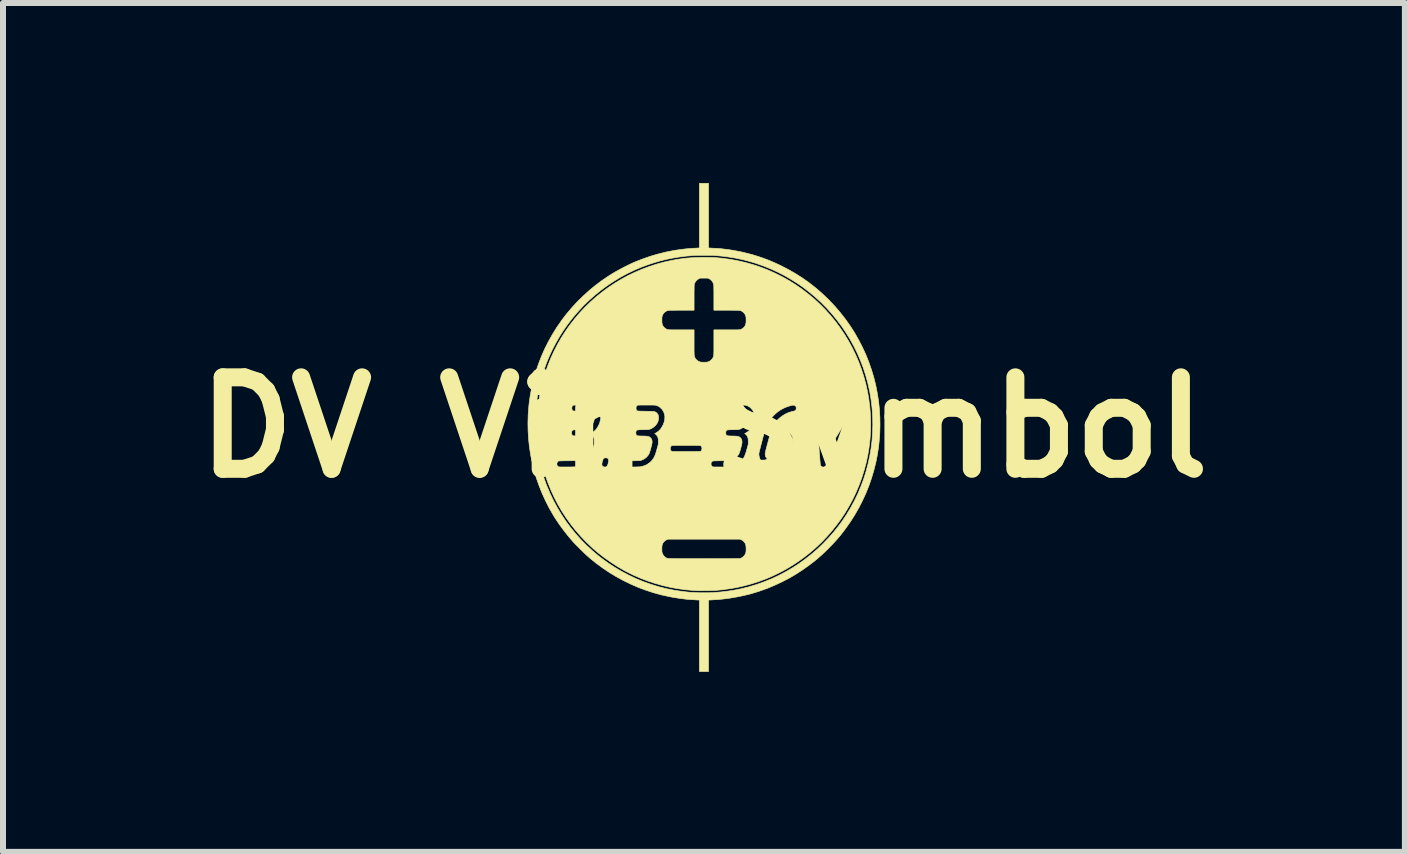
<source format=kicad_pcb>
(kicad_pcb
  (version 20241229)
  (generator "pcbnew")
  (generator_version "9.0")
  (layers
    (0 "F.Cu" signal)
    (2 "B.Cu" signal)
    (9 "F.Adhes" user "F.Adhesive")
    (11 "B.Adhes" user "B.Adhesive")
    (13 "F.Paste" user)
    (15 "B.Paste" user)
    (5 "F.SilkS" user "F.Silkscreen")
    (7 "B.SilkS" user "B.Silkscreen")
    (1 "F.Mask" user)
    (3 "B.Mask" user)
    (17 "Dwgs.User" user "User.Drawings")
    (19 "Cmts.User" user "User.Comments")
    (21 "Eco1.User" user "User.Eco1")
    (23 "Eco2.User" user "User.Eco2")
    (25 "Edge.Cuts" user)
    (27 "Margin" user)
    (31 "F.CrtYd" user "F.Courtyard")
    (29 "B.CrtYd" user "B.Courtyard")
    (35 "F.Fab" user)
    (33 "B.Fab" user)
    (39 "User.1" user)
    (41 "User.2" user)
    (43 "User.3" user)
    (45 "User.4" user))
  (footprint "DV Vin Symbol"
    (layer "F.Cu")
    (at 8.68 4.072)
    (property "Reference" "DV Vin Symbol" (at 0 0 0) (layer "F.SilkS") (effects (font (size 1.524 1.524) (thickness 0.3))))
    (attr through_hole)
    (fp_poly (pts (xy 1.199 0.144) (xy 1.227 0.144) (xy 1.25 0.144) (xy 1.269 0.144) (xy 1.283 0.145) (xy 1.294 0.146) (xy 1.302 0.146) (xy 1.309 0.148) (xy 1.315 0.149) (xy 1.32 0.151) (xy 1.322 0.152) (xy 1.345 0.163) (xy 1.362 0.178) (xy 1.375 0.197) (xy 1.382 0.219) (xy 1.384 0.245) (xy 1.382 0.266) (xy 1.379 0.277) (xy 1.376 0.293) (xy 1.371 0.312) (xy 1.365 0.333) (xy 1.359 0.355) (xy 1.353 0.377) (xy 1.347 0.398) (xy 1.342 0.416) (xy 1.337 0.43) (xy 1.334 0.439) (xy 1.324 0.458) (xy 1.312 0.477) (xy 1.299 0.494) (xy 1.286 0.508) (xy 1.281 0.512) (xy 1.26 0.526) (xy 1.235 0.539) (xy 1.21 0.548) (xy 1.198 0.551) (xy 1.184 0.553) (xy 1.166 0.555) (xy 1.148 0.555) (xy 1.13 0.555) (xy 1.116 0.554) (xy 1.11 0.553) (xy 1.087 0.544) (xy 1.065 0.531) (xy 1.046 0.514) (xy 1.032 0.494) (xy 1.03 0.49) (xy 1.023 0.472) (xy 1.02 0.452) (xy 1.02 0.45) (xy 1.02 0.444) (xy 1.02 0.438) (xy 1.02 0.432) (xy 1.021 0.424) (xy 1.023 0.414) (xy 1.026 0.402) (xy 1.029 0.387) (xy 1.034 0.368) (xy 1.04 0.345) (xy 1.047 0.317) (xy 1.056 0.285) (xy 1.094 0.143) (xy 1.199 0.144)) (stroke (width 0.01) (type solid)) (fill yes) (layer "F.SilkS"))
    (fp_poly (pts (xy 0.076 -2.991) (xy 0.093 -2.99) (xy 0.102 -2.989) (xy 0.116 -2.988) (xy 0.133 -2.987) (xy 0.151 -2.986) (xy 0.157 -2.986) (xy 0.231 -2.982) (xy 0.309 -2.975) (xy 0.389 -2.965) (xy 0.471 -2.953) (xy 0.553 -2.938) (xy 0.634 -2.922) (xy 0.7 -2.906) (xy 0.801 -2.88) (xy 0.899 -2.85) (xy 0.993 -2.818) (xy 1.086 -2.783) (xy 1.179 -2.743) (xy 1.274 -2.699) (xy 1.3 -2.686) (xy 1.419 -2.624) (xy 1.533 -2.558) (xy 1.643 -2.488) (xy 1.749 -2.413) (xy 1.851 -2.333) (xy 1.951 -2.248) (xy 2.048 -2.157) (xy 2.094 -2.111) (xy 2.188 -2.011) (xy 2.276 -1.907) (xy 2.36 -1.8) (xy 2.438 -1.689) (xy 2.511 -1.575) (xy 2.578 -1.457) (xy 2.64 -1.336) (xy 2.697 -1.213) (xy 2.745 -1.092) (xy 2.79 -0.964) (xy 2.829 -0.835) (xy 2.862 -0.704) (xy 2.888 -0.571) (xy 2.909 -0.438) (xy 2.923 -0.303) (xy 2.931 -0.168) (xy 2.933 -0.032) (xy 2.929 0.105) (xy 2.918 0.241) (xy 2.91 0.318) (xy 2.89 0.451) (xy 2.864 0.583) (xy 2.831 0.713) (xy 2.793 0.842) (xy 2.749 0.969) (xy 2.699 1.094) (xy 2.643 1.216) (xy 2.582 1.336) (xy 2.515 1.453) (xy 2.443 1.567) (xy 2.365 1.678) (xy 2.348 1.701) (xy 2.314 1.746) (xy 2.282 1.787) (xy 2.251 1.825) (xy 2.219 1.862) (xy 2.186 1.899) (xy 2.151 1.937) (xy 2.113 1.976) (xy 2.077 2.013) (xy 2.035 2.055) (xy 1.996 2.092) (xy 1.959 2.127) (xy 1.922 2.159) (xy 1.886 2.191) (xy 1.848 2.222) (xy 1.808 2.253) (xy 1.764 2.286) (xy 1.761 2.289) (xy 1.649 2.369) (xy 1.536 2.443) (xy 1.42 2.511) (xy 1.3 2.573) (xy 1.178 2.63) (xy 1.053 2.682) (xy 0.924 2.728) (xy 0.845 2.753) (xy 0.747 2.781) (xy 0.645 2.805) (xy 0.541 2.826) (xy 0.435 2.844) (xy 0.331 2.858) (xy 0.229 2.868) (xy 0.189 2.87) (xy 0.168 2.871) (xy 0.147 2.873) (xy 0.128 2.874) (xy 0.112 2.875) (xy 0.102 2.875) (xy 0.076 2.877) (xy 0.076 4.067) (xy -0.076 4.067) (xy -0.076 2.877) (xy -0.102 2.875) (xy -0.114 2.875) (xy -0.131 2.874) (xy -0.151 2.872) (xy -0.172 2.871) (xy -0.189 2.87) (xy -0.298 2.862) (xy -0.409 2.848) (xy -0.522 2.83) (xy -0.578 2.819) (xy -0.711 2.79) (xy -0.841 2.754) (xy -0.97 2.712) (xy -1.096 2.665) (xy -1.22 2.611) (xy -1.342 2.552) (xy -1.461 2.487) (xy -1.577 2.417) (xy -1.69 2.341) (xy -1.8 2.26) (xy -1.907 2.173) (xy -1.951 2.134) (xy -1.966 2.12) (xy -1.985 2.103) (xy -2.006 2.082) (xy -2.03 2.059) (xy -2.054 2.035) (xy -2.079 2.01) (xy -2.104 1.985) (xy -2.128 1.961) (xy -2.149 1.939) (xy -2.169 1.919) (xy -2.184 1.902) (xy -2.193 1.892) (xy -2.274 1.796) (xy -2.35 1.698) (xy -2.422 1.599) (xy -2.488 1.499) (xy -2.512 1.459) (xy -2.58 1.341) (xy -2.641 1.221) (xy -2.697 1.098) (xy -2.747 0.973) (xy -2.792 0.846) (xy -2.83 0.717) (xy -2.862 0.587) (xy -2.889 0.455) (xy -2.909 0.322) (xy -2.923 0.188) (xy -2.931 0.053) (xy -2.933 -0.064) (xy -2.813 -0.064) (xy -2.81 0.067) (xy -2.802 0.198) (xy -2.787 0.328) (xy -2.766 0.457) (xy -2.739 0.585) (xy -2.707 0.712) (xy -2.668 0.838) (xy -2.623 0.962) (xy -2.616 0.979) (xy -2.564 1.101) (xy -2.507 1.22) (xy -2.444 1.337) (xy -2.376 1.45) (xy -2.303 1.56) (xy -2.224 1.666) (xy -2.141 1.768) (xy -2.053 1.867) (xy -1.961 1.961) (xy -1.864 2.05) (xy -1.763 2.136) (xy -1.705 2.181) (xy -1.596 2.26) (xy -1.483 2.334) (xy -1.369 2.401) (xy -1.251 2.463) (xy -1.131 2.52) (xy -1.009 2.57) (xy -0.885 2.614) (xy -0.758 2.653) (xy -0.63 2.686) (xy -0.5 2.712) (xy -0.368 2.732) (xy -0.234 2.747) (xy -0.152 2.752) (xy -0.128 2.753) (xy -0.098 2.754) (xy -0.065 2.755) (xy -0.029 2.755) (xy 0.007 2.755) (xy 0.043 2.755) (xy 0.077 2.755) (xy 0.108 2.754) (xy 0.134 2.753) (xy 0.143 2.753) (xy 0.267 2.743) (xy 0.389 2.729) (xy 0.495 2.713) (xy 0.625 2.687) (xy 0.752 2.655) (xy 0.878 2.617) (xy 1.001 2.573) (xy 1.122 2.524) (xy 1.241 2.469) (xy 1.357 2.408) (xy 1.469 2.343) (xy 1.579 2.272) (xy 1.685 2.196) (xy 1.788 2.115) (xy 1.888 2.029) (xy 1.983 1.938) (xy 2.074 1.843) (xy 2.162 1.744) (xy 2.244 1.64) (xy 2.306 1.556) (xy 2.379 1.446) (xy 2.447 1.333) (xy 2.509 1.217) (xy 2.566 1.099) (xy 2.616 0.979) (xy 2.662 0.856) (xy 2.701 0.732) (xy 2.734 0.606) (xy 2.762 0.479) (xy 2.784 0.35) (xy 2.8 0.22) (xy 2.809 0.09) (xy 2.813 -0.042) (xy 2.811 -0.173) (xy 2.802 -0.305) (xy 2.788 -0.437) (xy 2.767 -0.568) (xy 2.757 -0.619) (xy 2.728 -0.748) (xy 2.693 -0.874) (xy 2.652 -0.999) (xy 2.605 -1.121) (xy 2.553 -1.241) (xy 2.495 -1.358) (xy 2.432 -1.473) (xy 2.363 -1.584) (xy 2.29 -1.692) (xy 2.211 -1.796) (xy 2.128 -1.897) (xy 2.04 -1.994) (xy 1.947 -2.088) (xy 1.849 -2.177) (xy 1.748 -2.261) (xy 1.642 -2.342) (xy 1.57 -2.392) (xy 1.458 -2.463) (xy 1.343 -2.53) (xy 1.225 -2.59) (xy 1.104 -2.645) (xy 0.981 -2.694) (xy 0.855 -2.738) (xy 0.791 -2.757) (xy 0.697 -2.783) (xy 0.604 -2.805) (xy 0.511 -2.824) (xy 0.416 -2.839) (xy 0.318 -2.852) (xy 0.215 -2.862) (xy 0.187 -2.864) (xy 0.168 -2.866) (xy 0.143 -2.867) (xy 0.114 -2.867) (xy 0.082 -2.868) (xy 0.047 -2.868) (xy 0.011 -2.868) (xy -0.025 -2.868) (xy -0.061 -2.868) (xy -0.094 -2.868) (xy -0.126 -2.867) (xy -0.153 -2.866) (xy -0.176 -2.865) (xy -0.187 -2.864) (xy -0.302 -2.854) (xy -0.413 -2.84) (xy -0.52 -2.822) (xy -0.624 -2.801) (xy -0.728 -2.775) (xy -0.831 -2.745) (xy -0.911 -2.719) (xy -1.035 -2.674) (xy -1.155 -2.623) (xy -1.273 -2.567) (xy -1.388 -2.505) (xy -1.5 -2.437) (xy -1.609 -2.365) (xy -1.714 -2.288) (xy -1.815 -2.206) (xy -1.913 -2.12) (xy -2.007 -2.029) (xy -2.096 -1.933) (xy -2.181 -1.834) (xy -2.261 -1.731) (xy -2.337 -1.624) (xy -2.408 -1.513) (xy -2.473 -1.399) (xy -2.524 -1.3) (xy -2.541 -1.266) (xy -2.555 -1.235) (xy -2.568 -1.207) (xy -2.58 -1.18) (xy -2.592 -1.153) (xy -2.604 -1.123) (xy -2.618 -1.089) (xy -2.619 -1.087) (xy -2.664 -0.964) (xy -2.703 -0.839) (xy -2.737 -0.712) (xy -2.764 -0.584) (xy -2.785 -0.455) (xy -2.801 -0.325) (xy -2.81 -0.194) (xy -2.813 -0.064) (xy -2.933 -0.064) (xy -2.933 -0.082) (xy -2.929 -0.218) (xy -2.918 -0.355) (xy -2.913 -0.406) (xy -2.894 -0.54) (xy -2.869 -0.672) (xy -2.838 -0.803) (xy -2.8 -0.932) (xy -2.757 -1.059) (xy -2.708 -1.185) (xy -2.654 -1.308) (xy -2.593 -1.429) (xy -2.527 -1.547) (xy -2.456 -1.662) (xy -2.379 -1.773) (xy -2.372 -1.784) (xy -2.29 -1.891) (xy -2.203 -1.994) (xy -2.112 -2.093) (xy -2.015 -2.188) (xy -1.915 -2.279) (xy -1.811 -2.365) (xy -1.703 -2.446) (xy -1.591 -2.522) (xy -1.57 -2.535) (xy -1.519 -2.567) (xy -1.464 -2.599) (xy -1.406 -2.631) (xy -1.346 -2.663) (xy -1.287 -2.693) (xy -1.229 -2.721) (xy -1.174 -2.746) (xy -1.149 -2.757) (xy -1.022 -2.807) (xy -0.893 -2.852) (xy -0.763 -2.89) (xy -0.63 -2.923) (xy -0.496 -2.949) (xy -0.387 -2.965) (xy -0.355 -2.969) (xy -0.32 -2.973) (xy -0.283 -2.977) (xy -0.246 -2.98) (xy -0.211 -2.983) (xy -0.179 -2.985) (xy -0.157 -2.986) (xy -0.139 -2.987) (xy -0.121 -2.988) (xy -0.106 -2.989) (xy -0.095 -2.989) (xy -0.093 -2.99) (xy -0.076 -2.991) (xy -0.076 -4.067) (xy 0.076 -4.067) (xy 0.076 -2.991)) (stroke (width 0.01) (type solid)) (fill yes) (layer "F.SilkS"))
    (fp_poly (pts (xy 0.045 -2.833) (xy 0.085 -2.833) (xy 0.121 -2.832) (xy 0.155 -2.831) (xy 0.188 -2.829) (xy 0.221 -2.827) (xy 0.255 -2.823) (xy 0.292 -2.82) (xy 0.31 -2.818) (xy 0.441 -2.8) (xy 0.57 -2.776) (xy 0.698 -2.746) (xy 0.823 -2.711) (xy 0.947 -2.669) (xy 1.068 -2.622) (xy 1.186 -2.569) (xy 1.302 -2.511) (xy 1.415 -2.448) (xy 1.525 -2.379) (xy 1.632 -2.305) (xy 1.735 -2.226) (xy 1.835 -2.143) (xy 1.931 -2.054) (xy 2.023 -1.961) (xy 2.111 -1.863) (xy 2.194 -1.761) (xy 2.264 -1.666) (xy 2.338 -1.557) (xy 2.407 -1.444) (xy 2.47 -1.329) (xy 2.527 -1.211) (xy 2.579 -1.091) (xy 2.624 -0.969) (xy 2.664 -0.845) (xy 2.698 -0.719) (xy 2.726 -0.592) (xy 2.748 -0.463) (xy 2.764 -0.333) (xy 2.774 -0.202) (xy 2.778 -0.07) (xy 2.776 0.062) (xy 2.767 0.194) (xy 2.752 0.325) (xy 2.731 0.455) (xy 2.704 0.583) (xy 2.67 0.71) (xy 2.631 0.836) (xy 2.586 0.959) (xy 2.535 1.08) (xy 2.479 1.198) (xy 2.416 1.314) (xy 2.349 1.427) (xy 2.276 1.536) (xy 2.221 1.611) (xy 2.138 1.716) (xy 2.051 1.816) (xy 1.96 1.912) (xy 1.864 2.003) (xy 1.764 2.089) (xy 1.667 2.165) (xy 1.578 2.229) (xy 1.489 2.288) (xy 1.398 2.344) (xy 1.304 2.396) (xy 1.256 2.421) (xy 1.219 2.439) (xy 1.187 2.455) (xy 1.156 2.469) (xy 1.127 2.483) (xy 1.097 2.496) (xy 1.064 2.51) (xy 1.032 2.523) (xy 0.916 2.566) (xy 0.798 2.604) (xy 0.679 2.637) (xy 0.558 2.665) (xy 0.435 2.687) (xy 0.308 2.704) (xy 0.197 2.715) (xy 0.185 2.715) (xy 0.168 2.716) (xy 0.146 2.717) (xy 0.121 2.717) (xy 0.094 2.718) (xy 0.065 2.719) (xy 0.035 2.719) (xy 0.005 2.719) (xy -0.024 2.72) (xy -0.051 2.72) (xy -0.075 2.72) (xy -0.095 2.72) (xy -0.111 2.719) (xy -0.121 2.719) (xy -0.13 2.718) (xy -0.144 2.718) (xy -0.161 2.716) (xy -0.18 2.715) (xy -0.191 2.715) (xy -0.316 2.703) (xy -0.442 2.686) (xy -0.568 2.663) (xy -0.693 2.633) (xy -0.817 2.598) (xy -0.939 2.558) (xy -1.058 2.512) (xy -1.175 2.461) (xy -1.288 2.405) (xy -1.326 2.385) (xy -1.443 2.317) (xy -1.555 2.244) (xy -1.664 2.167) (xy -1.768 2.086) (xy -1.839 2.025) (xy -0.702 2.025) (xy -0.701 2.045) (xy -0.701 2.061) (xy -0.7 2.073) (xy -0.698 2.083) (xy -0.695 2.093) (xy -0.695 2.093) (xy -0.685 2.116) (xy -0.671 2.138) (xy -0.652 2.157) (xy -0.632 2.172) (xy -0.628 2.174) (xy -0.625 2.175) (xy -0.622 2.177) (xy -0.619 2.178) (xy -0.615 2.179) (xy -0.611 2.18) (xy -0.606 2.181) (xy -0.6 2.182) (xy -0.592 2.183) (xy -0.583 2.184) (xy -0.571 2.184) (xy -0.558 2.185) (xy -0.541 2.185) (xy -0.522 2.186) (xy -0.5 2.186) (xy -0.474 2.186) (xy -0.444 2.187) (xy -0.411 2.187) (xy -0.373 2.187) (xy -0.331 2.187) (xy -0.284 2.187) (xy -0.232 2.187) (xy -0.174 2.187) (xy -0.111 2.187) (xy -0.042 2.187) (xy 0.006 2.187) (xy 0.598 2.186) (xy 0.616 2.179) (xy 0.64 2.166) (xy 0.661 2.148) (xy 0.679 2.127) (xy 0.691 2.104) (xy 0.695 2.093) (xy 0.698 2.083) (xy 0.7 2.073) (xy 0.701 2.061) (xy 0.701 2.046) (xy 0.702 2.025) (xy 0.702 2.025) (xy 0.701 1.997) (xy 0.699 1.974) (xy 0.696 1.955) (xy 0.69 1.939) (xy 0.682 1.924) (xy 0.671 1.91) (xy 0.665 1.903) (xy 0.649 1.888) (xy 0.628 1.875) (xy 0.626 1.874) (xy 0.602 1.862) (xy -0.602 1.862) (xy -0.626 1.874) (xy -0.647 1.887) (xy -0.664 1.901) (xy -0.665 1.903) (xy -0.677 1.917) (xy -0.687 1.932) (xy -0.693 1.947) (xy -0.698 1.964) (xy -0.7 1.985) (xy -0.702 2.01) (xy -0.702 2.025) (xy -1.839 2.025) (xy -1.868 1.999) (xy -1.963 1.908) (xy -2.055 1.812) (xy -2.142 1.712) (xy -2.221 1.611) (xy -2.298 1.504) (xy -2.37 1.393) (xy -2.436 1.279) (xy -2.496 1.163) (xy -2.551 1.043) (xy -2.6 0.921) (xy -2.644 0.797) (xy -2.681 0.671) (xy -2.697 0.607) (xy -2.451 0.607) (xy -2.449 0.626) (xy -2.442 0.642) (xy -2.431 0.652) (xy -2.42 0.657) (xy -2.415 0.658) (xy -2.405 0.658) (xy -2.389 0.659) (xy -2.369 0.659) (xy -2.345 0.659) (xy -2.319 0.659) (xy -2.29 0.659) (xy -2.276 0.659) (xy -2.243 0.659) (xy -2.216 0.659) (xy -2.193 0.658) (xy -2.174 0.658) (xy -2.159 0.657) (xy -2.147 0.657) (xy -2.137 0.656) (xy -2.129 0.655) (xy -2.121 0.653) (xy -2.113 0.652) (xy -2.11 0.651) (xy -2.068 0.639) (xy -2.03 0.624) (xy -2.01 0.612) (xy -1.701 0.612) (xy -1.7 0.626) (xy -1.696 0.638) (xy -1.69 0.645) (xy -1.677 0.654) (xy -1.661 0.659) (xy -1.644 0.66) (xy -1.631 0.656) (xy -1.622 0.651) (xy -1.615 0.644) (xy -1.608 0.634) (xy -1.603 0.62) (xy -1.599 0.607) (xy -1.381 0.607) (xy -1.379 0.626) (xy -1.372 0.642) (xy -1.361 0.652) (xy -1.351 0.657) (xy -1.345 0.658) (xy -1.335 0.658) (xy -1.319 0.659) (xy -1.299 0.659) (xy -1.275 0.659) (xy -1.249 0.659) (xy -1.22 0.659) (xy -1.206 0.659) (xy -1.173 0.659) (xy -1.146 0.659) (xy -1.123 0.658) (xy -1.104 0.658) (xy -1.089 0.657) (xy -1.077 0.657) (xy -1.067 0.656) (xy -1.059 0.655) (xy -1.051 0.653) (xy -1.043 0.652) (xy -1.04 0.651) (xy -0.998 0.639) (xy -0.96 0.624) (xy -0.933 0.607) (xy 0.117 0.607) (xy 0.12 0.626) (xy 0.127 0.642) (xy 0.138 0.652) (xy 0.148 0.657) (xy 0.153 0.658) (xy 0.164 0.658) (xy 0.18 0.659) (xy 0.2 0.659) (xy 0.223 0.659) (xy 0.25 0.659) (xy 0.279 0.659) (xy 0.292 0.659) (xy 0.325 0.659) (xy 0.353 0.659) (xy 0.376 0.658) (xy 0.394 0.658) (xy 0.409 0.657) (xy 0.421 0.657) (xy 0.431 0.656) (xy 0.44 0.655) (xy 0.448 0.653) (xy 0.456 0.652) (xy 0.459 0.651) (xy 0.501 0.639) (xy 0.539 0.624) (xy 0.573 0.603) (xy 0.604 0.578) (xy 0.62 0.563) (xy 0.635 0.545) (xy 0.649 0.527) (xy 0.661 0.508) (xy 0.673 0.487) (xy 0.683 0.463) (xy 0.693 0.435) (xy 0.694 0.434) (xy 0.915 0.434) (xy 0.916 0.464) (xy 0.922 0.496) (xy 0.933 0.527) (xy 0.949 0.558) (xy 0.969 0.586) (xy 0.992 0.61) (xy 1.018 0.631) (xy 1.019 0.632) (xy 1.039 0.643) (xy 1.06 0.651) (xy 1.082 0.657) (xy 1.107 0.659) (xy 1.136 0.659) (xy 1.17 0.657) (xy 1.17 0.657) (xy 1.216 0.651) (xy 1.257 0.64) (xy 1.293 0.626) (xy 1.326 0.607) (xy 1.355 0.583) (xy 1.38 0.555) (xy 1.403 0.521) (xy 1.418 0.494) (xy 1.425 0.48) (xy 1.431 0.467) (xy 1.436 0.454) (xy 1.441 0.438) (xy 1.447 0.42) (xy 1.454 0.399) (xy 1.461 0.372) (xy 1.467 0.351) (xy 1.473 0.327) (xy 1.478 0.309) (xy 1.482 0.295) (xy 1.484 0.283) (xy 1.486 0.273) (xy 1.487 0.263) (xy 1.487 0.253) (xy 1.487 0.241) (xy 1.486 0.214) (xy 1.483 0.19) (xy 1.477 0.168) (xy 1.467 0.145) (xy 1.466 0.143) (xy 1.455 0.125) (xy 1.439 0.106) (xy 1.421 0.088) (xy 1.401 0.072) (xy 1.386 0.063) (xy 1.374 0.057) (xy 1.364 0.052) (xy 1.354 0.049) (xy 1.343 0.046) (xy 1.331 0.043) (xy 1.316 0.042) (xy 1.298 0.041) (xy 1.277 0.04) (xy 1.25 0.039) (xy 1.228 0.039) (xy 1.198 0.038) (xy 1.174 0.038) (xy 1.156 0.037) (xy 1.143 0.036) (xy 1.135 0.035) (xy 1.131 0.034) (xy 1.13 0.034) (xy 1.132 0.028) (xy 1.135 0.017) (xy 1.141 0.004) (xy 1.147 -0.011) (xy 1.154 -0.026) (xy 1.155 -0.026) (xy 1.175 -0.062) (xy 1.198 -0.094) (xy 1.222 -0.122) (xy 1.262 -0.159) (xy 1.306 -0.192) (xy 1.352 -0.221) (xy 1.401 -0.244) (xy 1.451 -0.261) (xy 1.486 -0.27) (xy 1.5 -0.273) (xy 1.512 -0.276) (xy 1.52 -0.279) (xy 1.523 -0.28) (xy 1.53 -0.289) (xy 1.535 -0.303) (xy 1.537 -0.319) (xy 1.537 -0.323) (xy 1.867 -0.323) (xy 1.867 -0.319) (xy 1.868 -0.308) (xy 1.869 -0.291) (xy 1.87 -0.27) (xy 1.872 -0.244) (xy 1.875 -0.214) (xy 1.877 -0.18) (xy 1.88 -0.143) (xy 1.883 -0.103) (xy 1.886 -0.061) (xy 1.889 -0.017) (xy 1.893 0.029) (xy 1.896 0.076) (xy 1.9 0.123) (xy 1.903 0.171) (xy 1.907 0.219) (xy 1.911 0.266) (xy 1.914 0.311) (xy 1.918 0.356) (xy 1.921 0.398) (xy 1.924 0.438) (xy 1.927 0.475) (xy 1.929 0.509) (xy 1.932 0.539) (xy 1.934 0.565) (xy 1.936 0.586) (xy 1.937 0.602) (xy 1.938 0.613) (xy 1.938 0.618) (xy 1.944 0.635) (xy 1.953 0.648) (xy 1.966 0.656) (xy 1.982 0.66) (xy 1.999 0.659) (xy 2.007 0.656) (xy 2.017 0.651) (xy 2.025 0.643) (xy 2.026 0.643) (xy 2.028 0.639) (xy 2.034 0.63) (xy 2.043 0.617) (xy 2.054 0.599) (xy 2.067 0.577) (xy 2.083 0.551) (xy 2.101 0.522) (xy 2.121 0.49) (xy 2.142 0.456) (xy 2.165 0.419) (xy 2.189 0.38) (xy 2.214 0.339) (xy 2.24 0.297) (xy 2.267 0.254) (xy 2.294 0.21) (xy 2.321 0.166) (xy 2.348 0.122) (xy 2.375 0.078) (xy 2.401 0.035) (xy 2.427 -0.007) (xy 2.451 -0.047) (xy 2.475 -0.086) (xy 2.497 -0.123) (xy 2.518 -0.157) (xy 2.538 -0.188) (xy 2.555 -0.217) (xy 2.57 -0.242) (xy 2.583 -0.263) (xy 2.593 -0.28) (xy 2.601 -0.293) (xy 2.605 -0.301) (xy 2.607 -0.303) (xy 2.61 -0.318) (xy 2.608 -0.335) (xy 2.605 -0.344) (xy 2.597 -0.357) (xy 2.585 -0.365) (xy 2.57 -0.37) (xy 2.555 -0.371) (xy 2.539 -0.367) (xy 2.526 -0.359) (xy 2.523 -0.356) (xy 2.521 -0.353) (xy 2.515 -0.344) (xy 2.506 -0.33) (xy 2.495 -0.312) (xy 2.481 -0.29) (xy 2.465 -0.264) (xy 2.446 -0.234) (xy 2.426 -0.201) (xy 2.404 -0.165) (xy 2.38 -0.127) (xy 2.355 -0.086) (xy 2.329 -0.043) (xy 2.301 0.001) (xy 2.275 0.044) (xy 2.247 0.09) (xy 2.22 0.134) (xy 2.193 0.177) (xy 2.169 0.217) (xy 2.145 0.255) (xy 2.123 0.291) (xy 2.103 0.323) (xy 2.085 0.352) (xy 2.07 0.378) (xy 2.056 0.4) (xy 2.045 0.417) (xy 2.037 0.43) (xy 2.032 0.438) (xy 2.03 0.441) (xy 2.027 0.444) (xy 2.026 0.441) (xy 2.026 0.438) (xy 2.025 0.434) (xy 2.025 0.423) (xy 2.024 0.408) (xy 2.022 0.387) (xy 2.02 0.362) (xy 2.018 0.333) (xy 2.016 0.301) (xy 2.013 0.266) (xy 2.01 0.228) (xy 2.007 0.188) (xy 2.004 0.147) (xy 2.001 0.105) (xy 1.997 0.062) (xy 1.994 0.019) (xy 1.991 -0.024) (xy 1.988 -0.065) (xy 1.985 -0.106) (xy 1.982 -0.144) (xy 1.979 -0.181) (xy 1.976 -0.214) (xy 1.974 -0.244) (xy 1.972 -0.27) (xy 1.97 -0.292) (xy 1.969 -0.31) (xy 1.967 -0.322) (xy 1.967 -0.328) (xy 1.967 -0.329) (xy 1.962 -0.346) (xy 1.952 -0.359) (xy 1.939 -0.367) (xy 1.922 -0.371) (xy 1.909 -0.37) (xy 1.898 -0.367) (xy 1.889 -0.362) (xy 1.88 -0.354) (xy 1.873 -0.346) (xy 1.869 -0.34) (xy 1.867 -0.332) (xy 1.867 -0.323) (xy 1.537 -0.323) (xy 1.536 -0.335) (xy 1.532 -0.348) (xy 1.524 -0.359) (xy 1.511 -0.366) (xy 1.495 -0.37) (xy 1.474 -0.37) (xy 1.452 -0.365) (xy 1.391 -0.347) (xy 1.333 -0.323) (xy 1.279 -0.294) (xy 1.229 -0.26) (xy 1.183 -0.221) (xy 1.141 -0.178) (xy 1.103 -0.13) (xy 1.071 -0.077) (xy 1.042 -0.021) (xy 1.02 0.037) (xy 1.016 0.049) (xy 1.011 0.066) (xy 1.005 0.086) (xy 0.998 0.111) (xy 0.99 0.138) (xy 0.982 0.167) (xy 0.974 0.198) (xy 0.966 0.23) (xy 0.958 0.261) (xy 0.95 0.292) (xy 0.942 0.322) (xy 0.935 0.349) (xy 0.929 0.374) (xy 0.924 0.396) (xy 0.919 0.413) (xy 0.917 0.426) (xy 0.915 0.433) (xy 0.915 0.434) (xy 0.694 0.434) (xy 0.704 0.403) (xy 0.714 0.366) (xy 0.717 0.358) (xy 0.738 0.281) (xy 0.738 0.237) (xy 0.738 0.217) (xy 0.737 0.203) (xy 0.736 0.191) (xy 0.734 0.181) (xy 0.731 0.17) (xy 0.731 0.17) (xy 0.722 0.148) (xy 0.711 0.13) (xy 0.697 0.116) (xy 0.691 0.111) (xy 0.682 0.105) (xy 0.68 0.101) (xy 0.683 0.098) (xy 0.687 0.097) (xy 0.696 0.094) (xy 0.708 0.086) (xy 0.722 0.077) (xy 0.736 0.066) (xy 0.749 0.055) (xy 0.759 0.045) (xy 0.782 0.017) (xy 0.803 -0.015) (xy 0.82 -0.049) (xy 0.834 -0.085) (xy 0.843 -0.121) (xy 0.847 -0.154) (xy 0.847 -0.184) (xy 0.843 -0.212) (xy 0.834 -0.239) (xy 0.823 -0.265) (xy 0.815 -0.28) (xy 0.806 -0.294) (xy 0.795 -0.306) (xy 0.783 -0.319) (xy 0.764 -0.337) (xy 0.746 -0.349) (xy 0.726 -0.359) (xy 0.703 -0.367) (xy 0.701 -0.368) (xy 0.696 -0.369) (xy 0.689 -0.37) (xy 0.682 -0.371) (xy 0.673 -0.372) (xy 0.661 -0.372) (xy 0.645 -0.373) (xy 0.626 -0.373) (xy 0.603 -0.373) (xy 0.574 -0.373) (xy 0.54 -0.373) (xy 0.538 -0.373) (xy 0.504 -0.373) (xy 0.476 -0.373) (xy 0.452 -0.373) (xy 0.434 -0.373) (xy 0.42 -0.372) (xy 0.409 -0.372) (xy 0.4 -0.371) (xy 0.395 -0.37) (xy 0.391 -0.369) (xy 0.388 -0.368) (xy 0.386 -0.367) (xy 0.376 -0.357) (xy 0.369 -0.341) (xy 0.367 -0.322) (xy 0.369 -0.303) (xy 0.376 -0.287) (xy 0.386 -0.277) (xy 0.389 -0.276) (xy 0.393 -0.275) (xy 0.398 -0.274) (xy 0.405 -0.273) (xy 0.415 -0.272) (xy 0.429 -0.272) (xy 0.446 -0.271) (xy 0.468 -0.271) (xy 0.495 -0.27) (xy 0.528 -0.27) (xy 0.528 -0.27) (xy 0.562 -0.269) (xy 0.591 -0.269) (xy 0.617 -0.268) (xy 0.639 -0.267) (xy 0.655 -0.266) (xy 0.666 -0.265) (xy 0.672 -0.265) (xy 0.696 -0.254) (xy 0.714 -0.239) (xy 0.729 -0.221) (xy 0.734 -0.211) (xy 0.739 -0.196) (xy 0.741 -0.176) (xy 0.742 -0.154) (xy 0.74 -0.132) (xy 0.736 -0.111) (xy 0.734 -0.106) (xy 0.722 -0.077) (xy 0.705 -0.05) (xy 0.683 -0.025) (xy 0.657 -0.003) (xy 0.629 0.015) (xy 0.599 0.029) (xy 0.597 0.029) (xy 0.59 0.031) (xy 0.584 0.033) (xy 0.576 0.034) (xy 0.566 0.035) (xy 0.553 0.036) (xy 0.537 0.037) (xy 0.517 0.037) (xy 0.491 0.038) (xy 0.484 0.038) (xy 0.456 0.038) (xy 0.433 0.039) (xy 0.416 0.04) (xy 0.402 0.041) (xy 0.392 0.042) (xy 0.385 0.045) (xy 0.379 0.047) (xy 0.375 0.051) (xy 0.372 0.056) (xy 0.369 0.059) (xy 0.365 0.069) (xy 0.364 0.082) (xy 0.363 0.097) (xy 0.365 0.111) (xy 0.369 0.121) (xy 0.369 0.122) (xy 0.373 0.127) (xy 0.377 0.132) (xy 0.382 0.135) (xy 0.389 0.138) (xy 0.398 0.14) (xy 0.41 0.141) (xy 0.426 0.142) (xy 0.447 0.143) (xy 0.473 0.143) (xy 0.501 0.144) (xy 0.525 0.145) (xy 0.543 0.146) (xy 0.558 0.148) (xy 0.569 0.15) (xy 0.579 0.153) (xy 0.588 0.157) (xy 0.596 0.162) (xy 0.599 0.165) (xy 0.616 0.181) (xy 0.627 0.2) (xy 0.633 0.223) (xy 0.634 0.249) (xy 0.634 0.251) (xy 0.632 0.265) (xy 0.629 0.283) (xy 0.624 0.305) (xy 0.618 0.328) (xy 0.611 0.353) (xy 0.605 0.377) (xy 0.598 0.399) (xy 0.592 0.418) (xy 0.586 0.432) (xy 0.584 0.437) (xy 0.566 0.466) (xy 0.543 0.493) (xy 0.515 0.516) (xy 0.482 0.535) (xy 0.454 0.547) (xy 0.45 0.549) (xy 0.445 0.55) (xy 0.439 0.551) (xy 0.432 0.552) (xy 0.423 0.553) (xy 0.412 0.553) (xy 0.397 0.554) (xy 0.378 0.554) (xy 0.354 0.555) (xy 0.326 0.555) (xy 0.292 0.555) (xy 0.257 0.556) (xy 0.229 0.556) (xy 0.206 0.557) (xy 0.187 0.557) (xy 0.173 0.558) (xy 0.162 0.558) (xy 0.154 0.559) (xy 0.148 0.56) (xy 0.144 0.561) (xy 0.141 0.562) (xy 0.138 0.563) (xy 0.138 0.564) (xy 0.126 0.576) (xy 0.12 0.591) (xy 0.117 0.607) (xy -0.933 0.607) (xy -0.926 0.603) (xy -0.894 0.578) (xy -0.879 0.563) (xy -0.863 0.545) (xy -0.85 0.527) (xy -0.837 0.508) (xy -0.826 0.487) (xy -0.815 0.463) (xy -0.805 0.435) (xy -0.795 0.403) (xy -0.784 0.366) (xy -0.782 0.358) (xy -0.78 0.35) (xy -0.562 0.35) (xy -0.56 0.369) (xy -0.553 0.384) (xy -0.542 0.395) (xy -0.531 0.4) (xy -0.527 0.4) (xy -0.516 0.401) (xy -0.501 0.401) (xy -0.48 0.402) (xy -0.455 0.402) (xy -0.427 0.402) (xy -0.395 0.402) (xy -0.361 0.402) (xy -0.324 0.402) (xy -0.292 0.402) (xy -0.248 0.402) (xy -0.21 0.402) (xy -0.177 0.402) (xy -0.15 0.402) (xy -0.127 0.401) (xy -0.108 0.401) (xy -0.093 0.401) (xy -0.081 0.4) (xy -0.072 0.4) (xy -0.065 0.399) (xy -0.06 0.399) (xy -0.057 0.398) (xy -0.054 0.397) (xy -0.053 0.396) (xy -0.042 0.385) (xy -0.036 0.37) (xy -0.034 0.351) (xy -0.036 0.331) (xy -0.043 0.316) (xy -0.053 0.306) (xy -0.055 0.305) (xy -0.058 0.304) (xy -0.061 0.303) (xy -0.067 0.302) (xy -0.074 0.302) (xy -0.084 0.301) (xy -0.097 0.301) (xy -0.113 0.301) (xy -0.133 0.3) (xy -0.157 0.3) (xy -0.186 0.3) (xy -0.22 0.3) (xy -0.259 0.3) (xy -0.297 0.3) (xy -0.342 0.3) (xy -0.38 0.3) (xy -0.413 0.3) (xy -0.441 0.3) (xy -0.464 0.3) (xy -0.483 0.3) (xy -0.499 0.301) (xy -0.511 0.301) (xy -0.52 0.302) (xy -0.527 0.302) (xy -0.532 0.303) (xy -0.536 0.304) (xy -0.539 0.305) (xy -0.541 0.306) (xy -0.542 0.307) (xy -0.553 0.319) (xy -0.56 0.334) (xy -0.562 0.35) (xy -0.78 0.35) (xy -0.761 0.281) (xy -0.761 0.237) (xy -0.761 0.217) (xy -0.761 0.203) (xy -0.762 0.191) (xy -0.764 0.181) (xy -0.767 0.17) (xy -0.767 0.17) (xy -0.776 0.148) (xy -0.788 0.13) (xy -0.802 0.116) (xy -0.808 0.111) (xy -0.816 0.105) (xy -0.819 0.101) (xy -0.816 0.098) (xy -0.811 0.097) (xy -0.803 0.094) (xy -0.791 0.086) (xy -0.777 0.077) (xy -0.763 0.066) (xy -0.75 0.055) (xy -0.739 0.045) (xy -0.716 0.017) (xy -0.696 -0.015) (xy -0.678 -0.049) (xy -0.665 -0.085) (xy -0.656 -0.121) (xy -0.652 -0.154) (xy -0.652 -0.184) (xy -0.656 -0.212) (xy -0.664 -0.239) (xy -0.675 -0.265) (xy -0.684 -0.28) (xy -0.693 -0.294) (xy -0.703 -0.306) (xy -0.716 -0.319) (xy -0.735 -0.337) (xy -0.753 -0.349) (xy -0.773 -0.359) (xy -0.795 -0.367) (xy -0.798 -0.368) (xy -0.803 -0.369) (xy -0.809 -0.37) (xy -0.817 -0.371) (xy -0.826 -0.372) (xy -0.838 -0.372) (xy -0.853 -0.373) (xy -0.872 -0.373) (xy -0.896 -0.373) (xy -0.924 -0.373) (xy -0.959 -0.373) (xy -0.961 -0.373) (xy -0.996 -0.373) (xy -1.025 -0.373) (xy -1.049 -0.373) (xy -1.069 -0.372) (xy -1.084 -0.372) (xy -1.096 -0.371) (xy -1.105 -0.37) (xy -1.112 -0.368) (xy -1.116 -0.365) (xy -1.12 -0.362) (xy -1.122 -0.358) (xy -1.125 -0.354) (xy -1.126 -0.352) (xy -1.13 -0.339) (xy -1.132 -0.324) (xy -1.131 -0.309) (xy -1.127 -0.295) (xy -1.126 -0.293) (xy -1.123 -0.288) (xy -1.121 -0.284) (xy -1.118 -0.28) (xy -1.113 -0.278) (xy -1.107 -0.275) (xy -1.099 -0.274) (xy -1.088 -0.273) (xy -1.073 -0.272) (xy -1.055 -0.271) (xy -1.031 -0.271) (xy -1.003 -0.27) (xy -0.97 -0.27) (xy -0.937 -0.269) (xy -0.907 -0.269) (xy -0.881 -0.268) (xy -0.86 -0.267) (xy -0.843 -0.266) (xy -0.832 -0.265) (xy -0.827 -0.265) (xy -0.803 -0.254) (xy -0.784 -0.239) (xy -0.77 -0.221) (xy -0.765 -0.211) (xy -0.76 -0.196) (xy -0.757 -0.176) (xy -0.757 -0.154) (xy -0.759 -0.132) (xy -0.763 -0.111) (xy -0.764 -0.106) (xy -0.776 -0.077) (xy -0.794 -0.05) (xy -0.816 -0.025) (xy -0.841 -0.003) (xy -0.87 0.015) (xy -0.9 0.029) (xy -0.902 0.029) (xy -0.908 0.031) (xy -0.915 0.033) (xy -0.923 0.034) (xy -0.933 0.035) (xy -0.945 0.036) (xy -0.961 0.037) (xy -0.982 0.037) (xy -1.008 0.038) (xy -1.015 0.038) (xy -1.043 0.038) (xy -1.065 0.039) (xy -1.083 0.04) (xy -1.096 0.041) (xy -1.106 0.042) (xy -1.114 0.045) (xy -1.119 0.047) (xy -1.123 0.051) (xy -1.127 0.056) (xy -1.129 0.059) (xy -1.133 0.069) (xy -1.135 0.082) (xy -1.135 0.097) (xy -1.133 0.111) (xy -1.13 0.121) (xy -1.129 0.122) (xy -1.126 0.127) (xy -1.122 0.132) (xy -1.117 0.135) (xy -1.11 0.138) (xy -1.101 0.14) (xy -1.089 0.141) (xy -1.073 0.142) (xy -1.051 0.143) (xy -1.026 0.143) (xy -0.997 0.144) (xy -0.974 0.145) (xy -0.956 0.146) (xy -0.941 0.148) (xy -0.929 0.15) (xy -0.919 0.153) (xy -0.911 0.157) (xy -0.903 0.162) (xy -0.899 0.165) (xy -0.882 0.181) (xy -0.871 0.2) (xy -0.865 0.223) (xy -0.864 0.249) (xy -0.865 0.251) (xy -0.866 0.265) (xy -0.87 0.283) (xy -0.875 0.305) (xy -0.881 0.328) (xy -0.887 0.353) (xy -0.894 0.377) (xy -0.901 0.399) (xy -0.907 0.418) (xy -0.912 0.432) (xy -0.914 0.437) (xy -0.932 0.466) (xy -0.955 0.493) (xy -0.983 0.516) (xy -1.016 0.535) (xy -1.044 0.547) (xy -1.049 0.549) (xy -1.054 0.55) (xy -1.059 0.551) (xy -1.066 0.552) (xy -1.075 0.553) (xy -1.087 0.553) (xy -1.102 0.554) (xy -1.121 0.554) (xy -1.144 0.555) (xy -1.173 0.555) (xy -1.207 0.555) (xy -1.241 0.556) (xy -1.27 0.556) (xy -1.293 0.557) (xy -1.311 0.557) (xy -1.326 0.558) (xy -1.337 0.558) (xy -1.345 0.559) (xy -1.351 0.56) (xy -1.355 0.561) (xy -1.358 0.562) (xy -1.36 0.563) (xy -1.361 0.564) (xy -1.372 0.576) (xy -1.379 0.591) (xy -1.381 0.607) (xy -1.599 0.607) (xy -1.597 0.603) (xy -1.591 0.576) (xy -1.588 0.554) (xy -1.59 0.536) (xy -1.595 0.523) (xy -1.605 0.513) (xy -1.62 0.508) (xy -1.637 0.507) (xy -1.651 0.507) (xy -1.662 0.511) (xy -1.671 0.517) (xy -1.679 0.527) (xy -1.685 0.542) (xy -1.692 0.562) (xy -1.694 0.57) (xy -1.699 0.593) (xy -1.701 0.612) (xy -2.01 0.612) (xy -1.996 0.603) (xy -1.964 0.578) (xy -1.949 0.563) (xy -1.933 0.545) (xy -1.919 0.527) (xy -1.907 0.508) (xy -1.896 0.487) (xy -1.885 0.463) (xy -1.875 0.435) (xy -1.865 0.403) (xy -1.854 0.366) (xy -1.852 0.358) (xy -1.831 0.281) (xy -1.831 0.237) (xy -1.831 0.217) (xy -1.831 0.203) (xy -1.832 0.191) (xy -1.834 0.181) (xy -1.837 0.17) (xy -1.837 0.17) (xy -1.846 0.148) (xy -1.858 0.13) (xy -1.871 0.116) (xy -1.878 0.111) (xy -1.886 0.105) (xy -1.889 0.101) (xy -1.885 0.098) (xy -1.881 0.097) (xy -1.873 0.094) (xy -1.861 0.086) (xy -1.847 0.077) (xy -1.833 0.066) (xy -1.82 0.055) (xy -1.809 0.045) (xy -1.786 0.017) (xy -1.766 -0.015) (xy -1.748 -0.049) (xy -1.735 -0.085) (xy -1.726 -0.121) (xy -1.722 -0.154) (xy -1.722 -0.184) (xy -1.726 -0.212) (xy -1.734 -0.239) (xy -1.745 -0.265) (xy -1.754 -0.28) (xy -1.763 -0.294) (xy -1.773 -0.306) (xy -1.786 -0.319) (xy -1.805 -0.337) (xy -1.823 -0.349) (xy -1.842 -0.359) (xy -1.865 -0.367) (xy -1.868 -0.368) (xy -1.873 -0.369) (xy -1.879 -0.37) (xy -1.887 -0.371) (xy -1.896 -0.372) (xy -1.908 -0.372) (xy -1.923 -0.373) (xy -1.942 -0.373) (xy -1.966 -0.373) (xy -1.994 -0.373) (xy -2.029 -0.373) (xy -2.031 -0.373) (xy -2.066 -0.373) (xy -2.095 -0.373) (xy -2.119 -0.373) (xy -2.139 -0.372) (xy -2.154 -0.372) (xy -2.166 -0.371) (xy -2.175 -0.37) (xy -2.182 -0.368) (xy -2.186 -0.365) (xy -2.19 -0.362) (xy -2.192 -0.358) (xy -2.195 -0.354) (xy -2.196 -0.352) (xy -2.2 -0.339) (xy -2.202 -0.324) (xy -2.201 -0.309) (xy -2.197 -0.295) (xy -2.196 -0.293) (xy -2.193 -0.288) (xy -2.191 -0.284) (xy -2.188 -0.28) (xy -2.183 -0.278) (xy -2.177 -0.275) (xy -2.169 -0.274) (xy -2.158 -0.273) (xy -2.143 -0.272) (xy -2.125 -0.271) (xy -2.101 -0.271) (xy -2.073 -0.27) (xy -2.04 -0.27) (xy -2.007 -0.269) (xy -1.977 -0.269) (xy -1.951 -0.268) (xy -1.93 -0.267) (xy -1.913 -0.266) (xy -1.902 -0.265) (xy -1.897 -0.265) (xy -1.873 -0.254) (xy -1.854 -0.239) (xy -1.84 -0.221) (xy -1.835 -0.211) (xy -1.83 -0.196) (xy -1.827 -0.176) (xy -1.827 -0.154) (xy -1.829 -0.132) (xy -1.833 -0.111) (xy -1.834 -0.106) (xy -1.846 -0.077) (xy -1.864 -0.05) (xy -1.886 -0.025) (xy -1.911 -0.003) (xy -1.94 0.015) (xy -1.97 0.029) (xy -1.972 0.029) (xy -1.978 0.031) (xy -1.985 0.033) (xy -1.993 0.034) (xy -2.003 0.035) (xy -2.015 0.036) (xy -2.031 0.037) (xy -2.052 0.037) (xy -2.078 0.038) (xy -2.085 0.038) (xy -2.113 0.038) (xy -2.135 0.039) (xy -2.153 0.04) (xy -2.166 0.041) (xy -2.176 0.042) (xy -2.184 0.045) (xy -2.189 0.047) (xy -2.193 0.051) (xy -2.197 0.056) (xy -2.199 0.059) (xy -2.203 0.069) (xy -2.205 0.082) (xy -2.205 0.097) (xy -2.203 0.111) (xy -2.2 0.121) (xy -2.199 0.122) (xy -2.196 0.127) (xy -2.191 0.132) (xy -2.187 0.135) (xy -2.18 0.138) (xy -2.171 0.14) (xy -2.159 0.141) (xy -2.143 0.142) (xy -2.121 0.143) (xy -2.096 0.143) (xy -2.067 0.144) (xy -2.044 0.145) (xy -2.026 0.146) (xy -2.011 0.148) (xy -1.999 0.15) (xy -1.989 0.153) (xy -1.981 0.157) (xy -1.973 0.162) (xy -1.969 0.165) (xy -1.952 0.181) (xy -1.941 0.2) (xy -1.935 0.223) (xy -1.934 0.249) (xy -1.935 0.251) (xy -1.936 0.265) (xy -1.94 0.283) (xy -1.945 0.305) (xy -1.951 0.328) (xy -1.957 0.353) (xy -1.964 0.377) (xy -1.971 0.399) (xy -1.977 0.418) (xy -1.982 0.432) (xy -1.984 0.437) (xy -2.002 0.466) (xy -2.025 0.493) (xy -2.053 0.516) (xy -2.086 0.535) (xy -2.114 0.547) (xy -2.119 0.549) (xy -2.124 0.55) (xy -2.129 0.551) (xy -2.136 0.552) (xy -2.145 0.553) (xy -2.157 0.553) (xy -2.172 0.554) (xy -2.191 0.554) (xy -2.214 0.555) (xy -2.243 0.555) (xy -2.277 0.555) (xy -2.311 0.556) (xy -2.34 0.556) (xy -2.363 0.557) (xy -2.381 0.557) (xy -2.396 0.558) (xy -2.407 0.558) (xy -2.415 0.559) (xy -2.421 0.56) (xy -2.425 0.561) (xy -2.428 0.562) (xy -2.43 0.563) (xy -2.431 0.564) (xy -2.442 0.576) (xy -2.449 0.591) (xy -2.451 0.607) (xy -2.697 0.607) (xy -2.713 0.544) (xy -2.738 0.414) (xy -2.74 0.405) (xy -2.759 0.273) (xy -2.771 0.141) (xy -2.777 0.009) (xy -2.777 -0.123) (xy -2.771 -0.255) (xy -2.759 -0.386) (xy -2.74 -0.517) (xy -2.715 -0.646) (xy -2.684 -0.775) (xy -2.647 -0.902) (xy -2.603 -1.027) (xy -2.555 -1.149) (xy -2.5 -1.268) (xy -2.441 -1.384) (xy -2.376 -1.497) (xy -2.307 -1.605) (xy -2.232 -1.711) (xy -2.17 -1.79) (xy -0.702 -1.79) (xy -0.702 -1.79) (xy -0.701 -1.765) (xy -0.7 -1.745) (xy -0.698 -1.729) (xy -0.694 -1.715) (xy -0.689 -1.702) (xy -0.687 -1.697) (xy -0.672 -1.675) (xy -0.652 -1.656) (xy -0.629 -1.64) (xy -0.608 -1.631) (xy -0.605 -1.63) (xy -0.6 -1.629) (xy -0.594 -1.628) (xy -0.586 -1.628) (xy -0.576 -1.627) (xy -0.564 -1.627) (xy -0.547 -1.626) (xy -0.528 -1.626) (xy -0.504 -1.626) (xy -0.475 -1.626) (xy -0.441 -1.626) (xy -0.402 -1.626) (xy -0.379 -1.626) (xy -0.165 -1.626) (xy -0.165 -1.419) (xy -0.165 -1.375) (xy -0.165 -1.336) (xy -0.165 -1.303) (xy -0.165 -1.275) (xy -0.164 -1.252) (xy -0.164 -1.232) (xy -0.163 -1.215) (xy -0.162 -1.202) (xy -0.16 -1.191) (xy -0.158 -1.182) (xy -0.156 -1.174) (xy -0.153 -1.167) (xy -0.15 -1.161) (xy -0.146 -1.155) (xy -0.143 -1.15) (xy -0.126 -1.128) (xy -0.105 -1.11) (xy -0.081 -1.097) (xy -0.057 -1.089) (xy -0.046 -1.088) (xy -0.029 -1.087) (xy -0.011 -1.086) (xy 0.009 -1.086) (xy 0.028 -1.087) (xy 0.043 -1.088) (xy 0.054 -1.089) (xy 0.081 -1.097) (xy 0.105 -1.111) (xy 0.126 -1.129) (xy 0.143 -1.15) (xy 0.156 -1.175) (xy 0.16 -1.191) (xy 0.161 -1.196) (xy 0.162 -1.202) (xy 0.163 -1.21) (xy 0.163 -1.22) (xy 0.164 -1.233) (xy 0.164 -1.249) (xy 0.165 -1.269) (xy 0.165 -1.292) (xy 0.165 -1.32) (xy 0.165 -1.354) (xy 0.165 -1.392) (xy 0.165 -1.419) (xy 0.165 -1.626) (xy 0.379 -1.626) (xy 0.421 -1.626) (xy 0.458 -1.626) (xy 0.489 -1.626) (xy 0.516 -1.626) (xy 0.538 -1.626) (xy 0.556 -1.626) (xy 0.57 -1.627) (xy 0.582 -1.627) (xy 0.59 -1.628) (xy 0.597 -1.629) (xy 0.602 -1.629) (xy 0.606 -1.63) (xy 0.608 -1.631) (xy 0.633 -1.642) (xy 0.656 -1.658) (xy 0.674 -1.678) (xy 0.687 -1.697) (xy 0.692 -1.71) (xy 0.696 -1.723) (xy 0.699 -1.738) (xy 0.701 -1.756) (xy 0.702 -1.778) (xy 0.702 -1.79) (xy 0.701 -1.81) (xy 0.701 -1.826) (xy 0.7 -1.838) (xy 0.698 -1.848) (xy 0.695 -1.858) (xy 0.695 -1.858) (xy 0.684 -1.884) (xy 0.668 -1.906) (xy 0.648 -1.925) (xy 0.624 -1.94) (xy 0.602 -1.948) (xy 0.597 -1.949) (xy 0.591 -1.95) (xy 0.584 -1.95) (xy 0.574 -1.951) (xy 0.561 -1.951) (xy 0.545 -1.952) (xy 0.526 -1.952) (xy 0.503 -1.952) (xy 0.474 -1.952) (xy 0.441 -1.953) (xy 0.403 -1.953) (xy 0.374 -1.953) (xy 0.165 -1.953) (xy 0.165 -2.157) (xy 0.165 -2.199) (xy 0.165 -2.237) (xy 0.165 -2.272) (xy 0.164 -2.303) (xy 0.164 -2.329) (xy 0.163 -2.35) (xy 0.163 -2.365) (xy 0.162 -2.376) (xy 0.162 -2.378) (xy 0.154 -2.405) (xy 0.14 -2.43) (xy 0.122 -2.452) (xy 0.1 -2.47) (xy 0.086 -2.477) (xy 0.065 -2.488) (xy -0.065 -2.488) (xy -0.086 -2.477) (xy -0.11 -2.462) (xy -0.13 -2.443) (xy -0.147 -2.42) (xy -0.158 -2.394) (xy -0.162 -2.378) (xy -0.163 -2.372) (xy -0.163 -2.359) (xy -0.164 -2.341) (xy -0.164 -2.317) (xy -0.164 -2.289) (xy -0.165 -2.257) (xy -0.165 -2.22) (xy -0.165 -2.18) (xy -0.165 -2.157) (xy -0.165 -1.953) (xy -0.374 -1.953) (xy -0.417 -1.953) (xy -0.453 -1.953) (xy -0.485 -1.952) (xy -0.511 -1.952) (xy -0.533 -1.952) (xy -0.551 -1.952) (xy -0.566 -1.951) (xy -0.577 -1.951) (xy -0.586 -1.95) (xy -0.593 -1.949) (xy -0.599 -1.948) (xy -0.602 -1.948) (xy -0.627 -1.938) (xy -0.651 -1.923) (xy -0.671 -1.903) (xy -0.686 -1.88) (xy -0.695 -1.858) (xy -0.698 -1.849) (xy -0.7 -1.838) (xy -0.701 -1.826) (xy -0.701 -1.811) (xy -0.702 -1.79) (xy -2.17 -1.79) (xy -2.153 -1.812) (xy -2.07 -1.91) (xy -1.982 -2.003) (xy -1.89 -2.093) (xy -1.794 -2.178) (xy -1.694 -2.258) (xy -1.591 -2.334) (xy -1.484 -2.405) (xy -1.374 -2.471) (xy -1.261 -2.533) (xy -1.144 -2.588) (xy -1.025 -2.639) (xy -0.903 -2.684) (xy -0.779 -2.724) (xy -0.653 -2.758) (xy -0.546 -2.781) (xy -0.464 -2.797) (xy -0.384 -2.809) (xy -0.305 -2.819) (xy -0.225 -2.826) (xy -0.144 -2.831) (xy -0.058 -2.833) (xy 0 -2.834) (xy 0.045 -2.833)) (stroke (width 0.01) (type solid)) (fill yes) (layer "F.SilkS")))
  (gr_rect
    (start -3 -3)
    (end 20.359 11.144)
    (stroke (width 0.1) (type default))
    (fill no)
    (layer "Edge.Cuts")))
</source>
